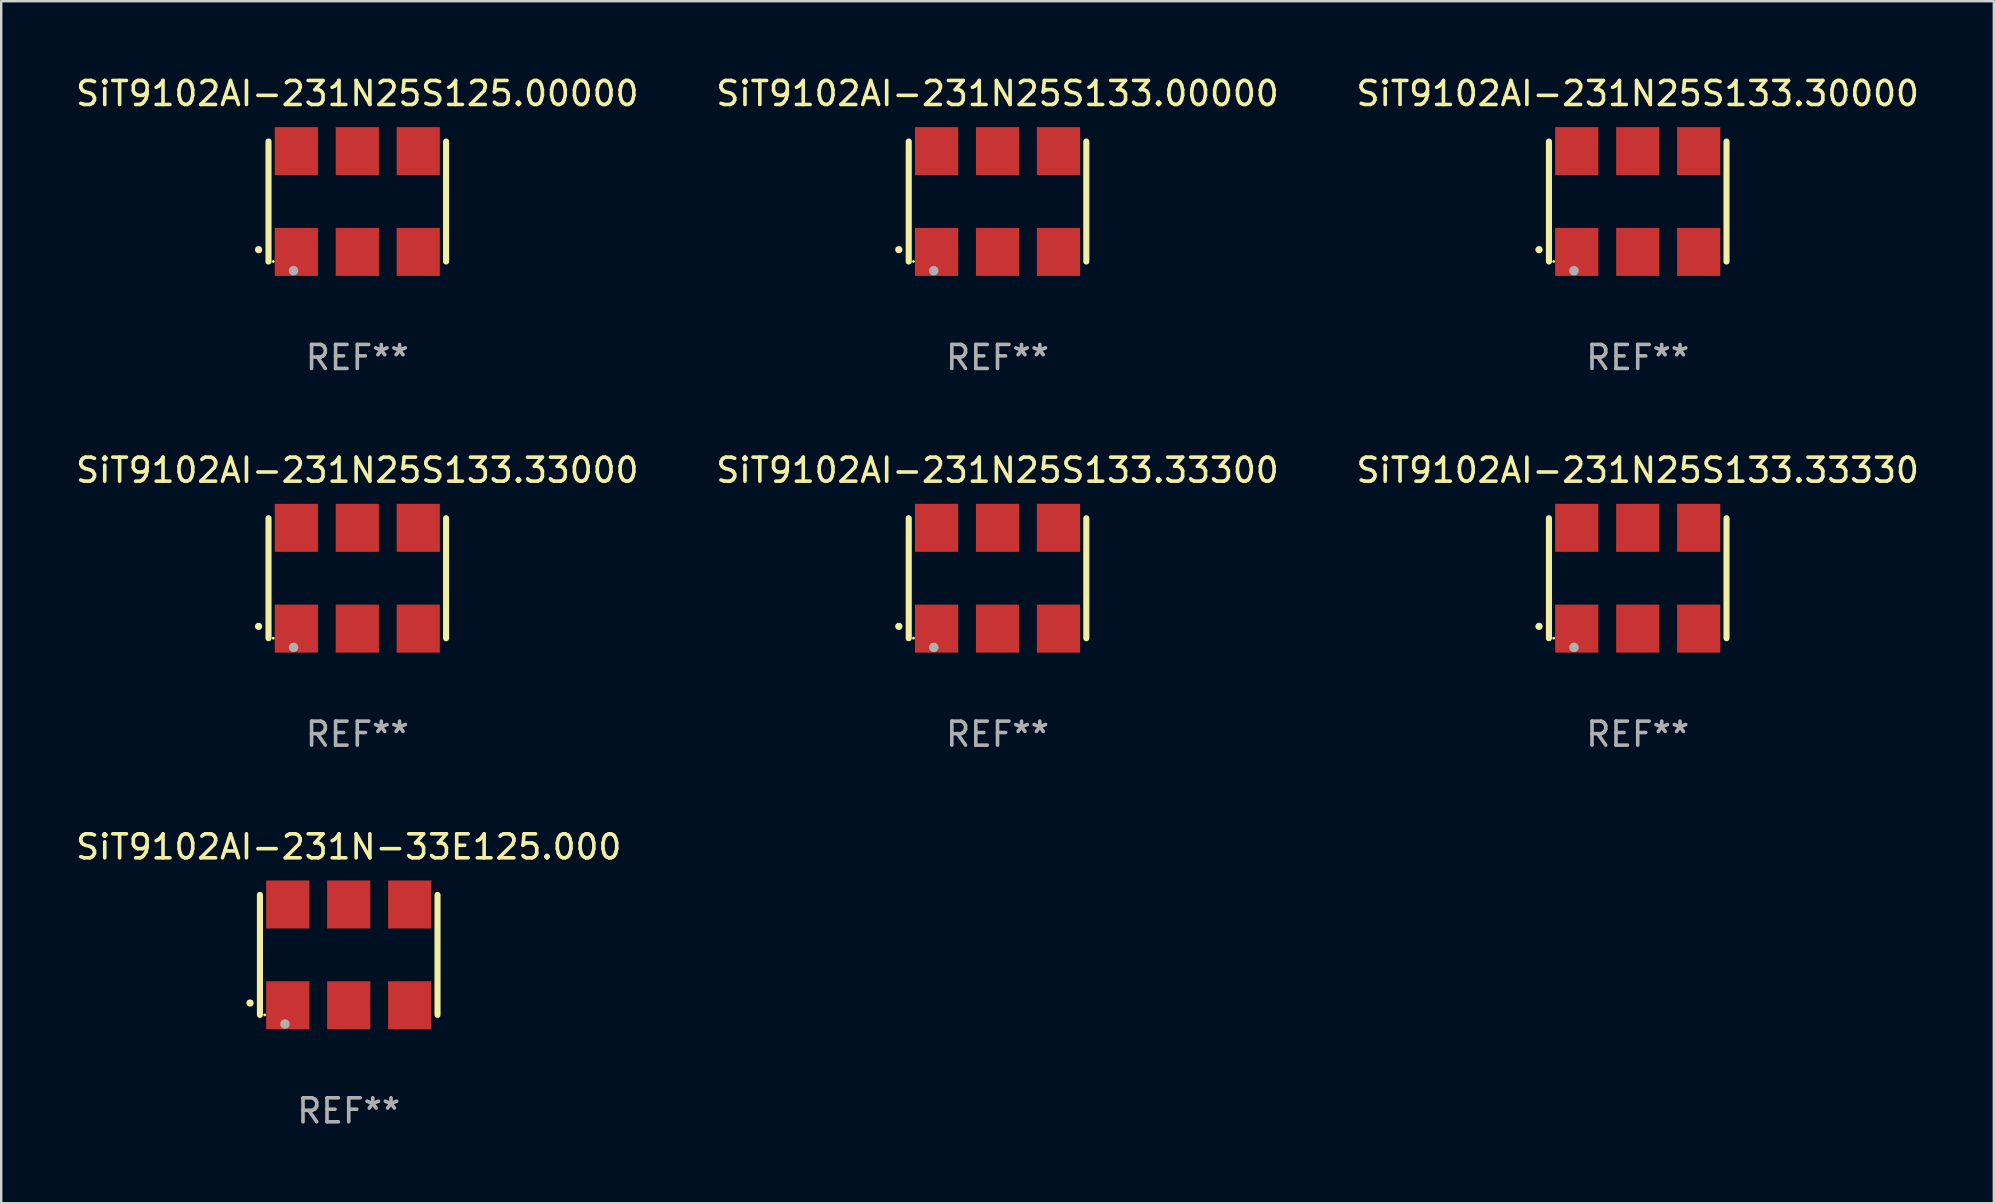
<source format=kicad_pcb>
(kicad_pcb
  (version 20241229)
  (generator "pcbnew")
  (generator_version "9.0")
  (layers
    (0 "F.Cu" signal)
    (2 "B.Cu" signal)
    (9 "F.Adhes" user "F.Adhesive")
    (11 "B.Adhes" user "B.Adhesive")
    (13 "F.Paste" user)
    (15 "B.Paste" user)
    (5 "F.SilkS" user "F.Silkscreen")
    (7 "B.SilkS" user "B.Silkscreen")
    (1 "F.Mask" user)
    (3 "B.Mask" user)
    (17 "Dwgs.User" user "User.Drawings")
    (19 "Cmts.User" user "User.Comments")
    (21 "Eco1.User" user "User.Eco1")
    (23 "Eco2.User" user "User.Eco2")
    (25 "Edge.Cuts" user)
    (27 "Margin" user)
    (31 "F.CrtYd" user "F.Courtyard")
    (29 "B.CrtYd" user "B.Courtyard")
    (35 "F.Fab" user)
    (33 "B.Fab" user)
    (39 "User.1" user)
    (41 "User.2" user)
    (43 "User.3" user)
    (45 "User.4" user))
  (footprint "SiT9102AI-231N25S133.30000"
    (layer "F.Cu")
    (at 65.196 5.348)
    (property "Reference" "SiT9102AI-231N25S133.30000" (at 0 -4.5 0) (layer "F.SilkS") (effects (font (size 1 1) (thickness 0.15))))
    (attr through_hole)
    (fp_line (start -3.7 -2.5) (end -3.7 2.5) (stroke (width 0.254) (type solid)) (layer "F.SilkS"))
    (fp_line (start 3.7 -2.5) (end 3.7 2.5) (stroke (width 0.254) (type solid)) (layer "F.SilkS"))
    (fp_arc (start -4.114415 2.006604) (mid -4.113145 2.006599) (end -4.111875 2.006604) (stroke (width 0.3) (type solid)) (layer "F.SilkS"))
    (fp_circle (center -3.502 2.5) (end -3.472 2.5) (stroke (width 0.06) (type solid)) (fill no) (layer "F.SilkS"))
    (fp_circle (center -2.657 2.882) (end -2.557 2.882) (stroke (width 0.2) (type solid)) (fill no) (layer "F.Fab"))
    (fp_text user "REF**" (at 0 6.5 0) (layer "F.Fab") (effects (font (size 1 1) (thickness 0.15))))
    (pad "1" smd rect (at -2.54 2.1) (size 1.8 2) (layers "F.Cu" "F.Mask" "F.Paste"))
    (pad "2" smd rect (at 0.000394 2.1) (size 1.8 2) (layers "F.Cu" "F.Mask" "F.Paste"))
    (pad "3" smd rect (at 2.54 2.1) (size 1.8 2) (layers "F.Cu" "F.Mask" "F.Paste"))
    (pad "4" smd rect (at 2.54 -2.1) (size 1.8 2) (layers "F.Cu" "F.Mask" "F.Paste"))
    (pad "5" smd rect (at 0.000394 -2.1) (size 1.8 2) (layers "F.Cu" "F.Mask" "F.Paste"))
    (pad "6" smd rect (at -2.54 -2.1) (size 1.8 2) (layers "F.Cu" "F.Mask" "F.Paste")))
  (footprint "SiT9102AI-231N25S133.33300"
    (layer "F.Cu")
    (at 38.518 21.045)
    (property "Reference" "SiT9102AI-231N25S133.33300" (at 0 -4.5 0) (layer "F.SilkS") (effects (font (size 1 1) (thickness 0.15))))
    (attr through_hole)
    (fp_line (start -3.7 -2.5) (end -3.7 2.5) (stroke (width 0.254) (type solid)) (layer "F.SilkS"))
    (fp_line (start 3.7 -2.5) (end 3.7 2.5) (stroke (width 0.254) (type solid)) (layer "F.SilkS"))
    (fp_arc (start -4.114415 2.006604) (mid -4.113145 2.006599) (end -4.111875 2.006604) (stroke (width 0.3) (type solid)) (layer "F.SilkS"))
    (fp_circle (center -3.502 2.5) (end -3.472 2.5) (stroke (width 0.06) (type solid)) (fill no) (layer "F.SilkS"))
    (fp_circle (center -2.657 2.882) (end -2.557 2.882) (stroke (width 0.2) (type solid)) (fill no) (layer "F.Fab"))
    (fp_text user "REF**" (at 0 6.5 0) (layer "F.Fab") (effects (font (size 1 1) (thickness 0.15))))
    (pad "1" smd rect (at -2.54 2.1) (size 1.8 2) (layers "F.Cu" "F.Mask" "F.Paste"))
    (pad "2" smd rect (at 0.000394 2.1) (size 1.8 2) (layers "F.Cu" "F.Mask" "F.Paste"))
    (pad "3" smd rect (at 2.54 2.1) (size 1.8 2) (layers "F.Cu" "F.Mask" "F.Paste"))
    (pad "4" smd rect (at 2.54 -2.1) (size 1.8 2) (layers "F.Cu" "F.Mask" "F.Paste"))
    (pad "5" smd rect (at 0.000394 -2.1) (size 1.8 2) (layers "F.Cu" "F.Mask" "F.Paste"))
    (pad "6" smd rect (at -2.54 -2.1) (size 1.8 2) (layers "F.Cu" "F.Mask" "F.Paste")))
  (footprint "SiT9102AI-231N25S133.33000"
    (layer "F.Cu")
    (at 11.839 21.045)
    (property "Reference" "SiT9102AI-231N25S133.33000" (at 0 -4.5 0) (layer "F.SilkS") (effects (font (size 1 1) (thickness 0.15))))
    (attr through_hole)
    (fp_line (start -3.7 -2.5) (end -3.7 2.5) (stroke (width 0.254) (type solid)) (layer "F.SilkS"))
    (fp_line (start 3.7 -2.5) (end 3.7 2.5) (stroke (width 0.254) (type solid)) (layer "F.SilkS"))
    (fp_arc (start -4.114415 2.006604) (mid -4.113145 2.006599) (end -4.111875 2.006604) (stroke (width 0.3) (type solid)) (layer "F.SilkS"))
    (fp_circle (center -3.502 2.5) (end -3.472 2.5) (stroke (width 0.06) (type solid)) (fill no) (layer "F.SilkS"))
    (fp_circle (center -2.657 2.882) (end -2.557 2.882) (stroke (width 0.2) (type solid)) (fill no) (layer "F.Fab"))
    (fp_text user "REF**" (at 0 6.5 0) (layer "F.Fab") (effects (font (size 1 1) (thickness 0.15))))
    (pad "1" smd rect (at -2.54 2.1) (size 1.8 2) (layers "F.Cu" "F.Mask" "F.Paste"))
    (pad "2" smd rect (at 0.000394 2.1) (size 1.8 2) (layers "F.Cu" "F.Mask" "F.Paste"))
    (pad "3" smd rect (at 2.54 2.1) (size 1.8 2) (layers "F.Cu" "F.Mask" "F.Paste"))
    (pad "4" smd rect (at 2.54 -2.1) (size 1.8 2) (layers "F.Cu" "F.Mask" "F.Paste"))
    (pad "5" smd rect (at 0.000394 -2.1) (size 1.8 2) (layers "F.Cu" "F.Mask" "F.Paste"))
    (pad "6" smd rect (at -2.54 -2.1) (size 1.8 2) (layers "F.Cu" "F.Mask" "F.Paste")))
  (footprint "SiT9102AI-231N25S133.33330"
    (layer "F.Cu")
    (at 65.196 21.045)
    (property "Reference" "SiT9102AI-231N25S133.33330" (at 0 -4.5 0) (layer "F.SilkS") (effects (font (size 1 1) (thickness 0.15))))
    (attr through_hole)
    (fp_line (start -3.7 -2.5) (end -3.7 2.5) (stroke (width 0.254) (type solid)) (layer "F.SilkS"))
    (fp_line (start 3.7 -2.5) (end 3.7 2.5) (stroke (width 0.254) (type solid)) (layer "F.SilkS"))
    (fp_arc (start -4.114415 2.006604) (mid -4.113145 2.006599) (end -4.111875 2.006604) (stroke (width 0.3) (type solid)) (layer "F.SilkS"))
    (fp_circle (center -3.502 2.5) (end -3.472 2.5) (stroke (width 0.06) (type solid)) (fill no) (layer "F.SilkS"))
    (fp_circle (center -2.657 2.882) (end -2.557 2.882) (stroke (width 0.2) (type solid)) (fill no) (layer "F.Fab"))
    (fp_text user "REF**" (at 0 6.5 0) (layer "F.Fab") (effects (font (size 1 1) (thickness 0.15))))
    (pad "1" smd rect (at -2.54 2.1) (size 1.8 2) (layers "F.Cu" "F.Mask" "F.Paste"))
    (pad "2" smd rect (at 0.000394 2.1) (size 1.8 2) (layers "F.Cu" "F.Mask" "F.Paste"))
    (pad "3" smd rect (at 2.54 2.1) (size 1.8 2) (layers "F.Cu" "F.Mask" "F.Paste"))
    (pad "4" smd rect (at 2.54 -2.1) (size 1.8 2) (layers "F.Cu" "F.Mask" "F.Paste"))
    (pad "5" smd rect (at 0.000394 -2.1) (size 1.8 2) (layers "F.Cu" "F.Mask" "F.Paste"))
    (pad "6" smd rect (at -2.54 -2.1) (size 1.8 2) (layers "F.Cu" "F.Mask" "F.Paste")))
  (footprint "SiT9102AI-231N25S133.00000"
    (layer "F.Cu")
    (at 38.518 5.348)
    (property "Reference" "SiT9102AI-231N25S133.00000" (at 0 -4.5 0) (layer "F.SilkS") (effects (font (size 1 1) (thickness 0.15))))
    (attr through_hole)
    (fp_line (start -3.7 -2.5) (end -3.7 2.5) (stroke (width 0.254) (type solid)) (layer "F.SilkS"))
    (fp_line (start 3.7 -2.5) (end 3.7 2.5) (stroke (width 0.254) (type solid)) (layer "F.SilkS"))
    (fp_arc (start -4.114415 2.006604) (mid -4.113145 2.006599) (end -4.111875 2.006604) (stroke (width 0.3) (type solid)) (layer "F.SilkS"))
    (fp_circle (center -3.502 2.5) (end -3.472 2.5) (stroke (width 0.06) (type solid)) (fill no) (layer "F.SilkS"))
    (fp_circle (center -2.657 2.882) (end -2.557 2.882) (stroke (width 0.2) (type solid)) (fill no) (layer "F.Fab"))
    (fp_text user "REF**" (at 0 6.5 0) (layer "F.Fab") (effects (font (size 1 1) (thickness 0.15))))
    (pad "1" smd rect (at -2.54 2.1) (size 1.8 2) (layers "F.Cu" "F.Mask" "F.Paste"))
    (pad "2" smd rect (at 0.000394 2.1) (size 1.8 2) (layers "F.Cu" "F.Mask" "F.Paste"))
    (pad "3" smd rect (at 2.54 2.1) (size 1.8 2) (layers "F.Cu" "F.Mask" "F.Paste"))
    (pad "4" smd rect (at 2.54 -2.1) (size 1.8 2) (layers "F.Cu" "F.Mask" "F.Paste"))
    (pad "5" smd rect (at 0.000394 -2.1) (size 1.8 2) (layers "F.Cu" "F.Mask" "F.Paste"))
    (pad "6" smd rect (at -2.54 -2.1) (size 1.8 2) (layers "F.Cu" "F.Mask" "F.Paste")))
  (footprint "SiT9102AI-231N25S125.00000"
    (layer "F.Cu")
    (at 11.839 5.348)
    (property "Reference" "SiT9102AI-231N25S125.00000" (at 0 -4.5 0) (layer "F.SilkS") (effects (font (size 1 1) (thickness 0.15))))
    (attr through_hole)
    (fp_line (start -3.7 -2.5) (end -3.7 2.5) (stroke (width 0.254) (type solid)) (layer "F.SilkS"))
    (fp_line (start 3.7 -2.5) (end 3.7 2.5) (stroke (width 0.254) (type solid)) (layer "F.SilkS"))
    (fp_arc (start -4.114415 2.006604) (mid -4.113145 2.006599) (end -4.111875 2.006604) (stroke (width 0.3) (type solid)) (layer "F.SilkS"))
    (fp_circle (center -3.502 2.5) (end -3.472 2.5) (stroke (width 0.06) (type solid)) (fill no) (layer "F.SilkS"))
    (fp_circle (center -2.657 2.882) (end -2.557 2.882) (stroke (width 0.2) (type solid)) (fill no) (layer "F.Fab"))
    (fp_text user "REF**" (at 0 6.5 0) (layer "F.Fab") (effects (font (size 1 1) (thickness 0.15))))
    (pad "1" smd rect (at -2.54 2.1) (size 1.8 2) (layers "F.Cu" "F.Mask" "F.Paste"))
    (pad "2" smd rect (at 0.000394 2.1) (size 1.8 2) (layers "F.Cu" "F.Mask" "F.Paste"))
    (pad "3" smd rect (at 2.54 2.1) (size 1.8 2) (layers "F.Cu" "F.Mask" "F.Paste"))
    (pad "4" smd rect (at 2.54 -2.1) (size 1.8 2) (layers "F.Cu" "F.Mask" "F.Paste"))
    (pad "5" smd rect (at 0.000394 -2.1) (size 1.8 2) (layers "F.Cu" "F.Mask" "F.Paste"))
    (pad "6" smd rect (at -2.54 -2.1) (size 1.8 2) (layers "F.Cu" "F.Mask" "F.Paste")))
  (footprint "SiT9102AI-231N-33E125.000"
    (layer "F.Cu")
    (at 11.482 36.741)
    (property "Reference" "SiT9102AI-231N-33E125.000" (at 0 -4.5 0) (layer "F.SilkS") (effects (font (size 1 1) (thickness 0.15))))
    (attr through_hole)
    (fp_line (start -3.7 -2.5) (end -3.7 2.5) (stroke (width 0.254) (type solid)) (layer "F.SilkS"))
    (fp_line (start 3.7 -2.5) (end 3.7 2.5) (stroke (width 0.254) (type solid)) (layer "F.SilkS"))
    (fp_arc (start -4.114415 2.006604) (mid -4.113145 2.006599) (end -4.111875 2.006604) (stroke (width 0.3) (type solid)) (layer "F.SilkS"))
    (fp_circle (center -3.502 2.5) (end -3.472 2.5) (stroke (width 0.06) (type solid)) (fill no) (layer "F.SilkS"))
    (fp_circle (center -2.657 2.882) (end -2.557 2.882) (stroke (width 0.2) (type solid)) (fill no) (layer "F.Fab"))
    (fp_text user "REF**" (at 0 6.5 0) (layer "F.Fab") (effects (font (size 1 1) (thickness 0.15))))
    (pad "1" smd rect (at -2.54 2.1) (size 1.8 2) (layers "F.Cu" "F.Mask" "F.Paste"))
    (pad "2" smd rect (at 0.000394 2.1) (size 1.8 2) (layers "F.Cu" "F.Mask" "F.Paste"))
    (pad "3" smd rect (at 2.54 2.1) (size 1.8 2) (layers "F.Cu" "F.Mask" "F.Paste"))
    (pad "4" smd rect (at 2.54 -2.1) (size 1.8 2) (layers "F.Cu" "F.Mask" "F.Paste"))
    (pad "5" smd rect (at 0.000394 -2.1) (size 1.8 2) (layers "F.Cu" "F.Mask" "F.Paste"))
    (pad "6" smd rect (at -2.54 -2.1) (size 1.8 2) (layers "F.Cu" "F.Mask" "F.Paste")))
  (gr_rect
    (start -3 -3)
    (end 80.036 47.09)
    (stroke (width 0.1) (type default))
    (fill no)
    (layer "Edge.Cuts")))
</source>
